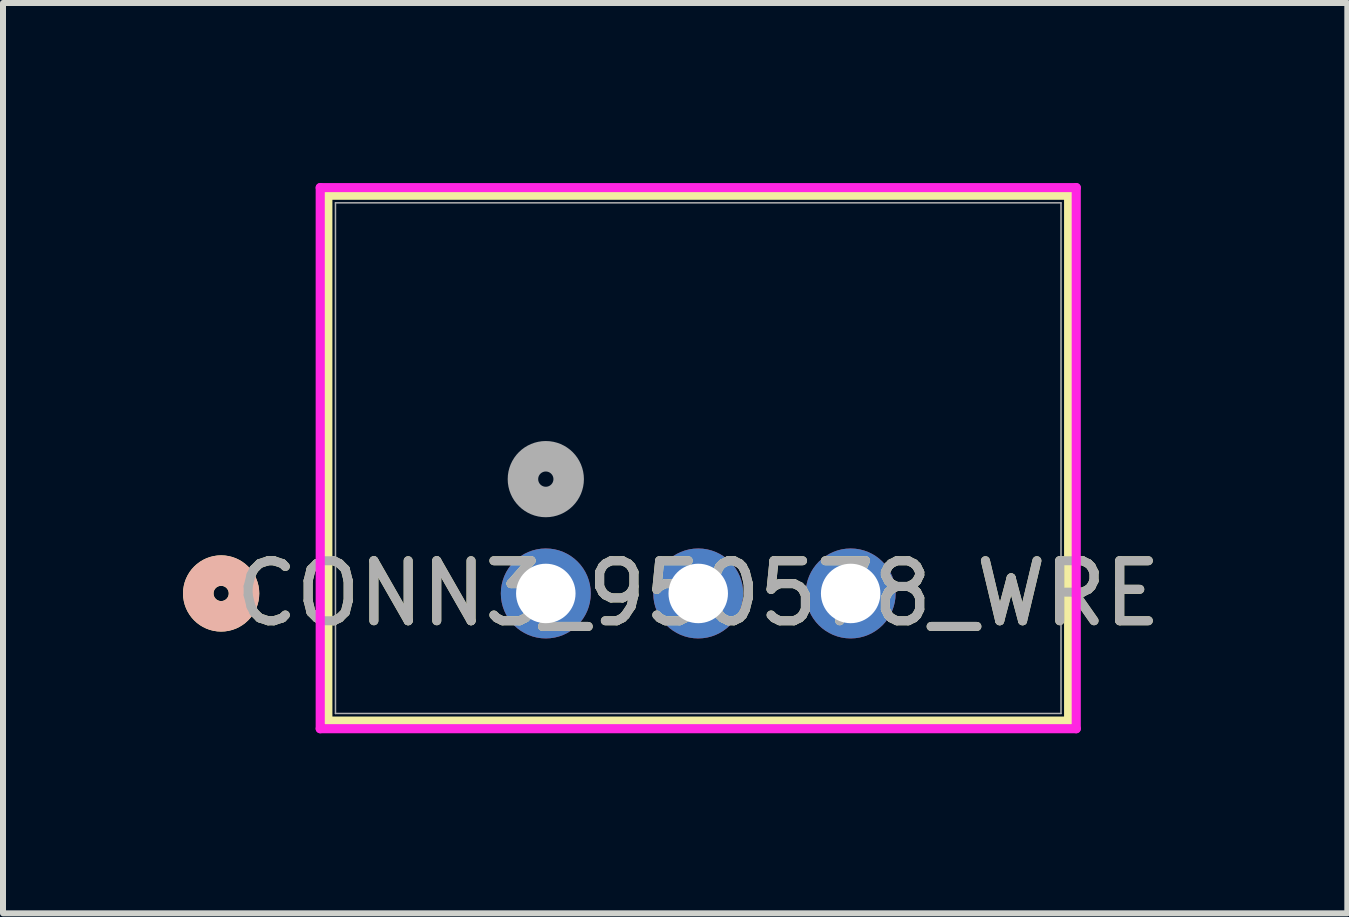
<source format=kicad_pcb>
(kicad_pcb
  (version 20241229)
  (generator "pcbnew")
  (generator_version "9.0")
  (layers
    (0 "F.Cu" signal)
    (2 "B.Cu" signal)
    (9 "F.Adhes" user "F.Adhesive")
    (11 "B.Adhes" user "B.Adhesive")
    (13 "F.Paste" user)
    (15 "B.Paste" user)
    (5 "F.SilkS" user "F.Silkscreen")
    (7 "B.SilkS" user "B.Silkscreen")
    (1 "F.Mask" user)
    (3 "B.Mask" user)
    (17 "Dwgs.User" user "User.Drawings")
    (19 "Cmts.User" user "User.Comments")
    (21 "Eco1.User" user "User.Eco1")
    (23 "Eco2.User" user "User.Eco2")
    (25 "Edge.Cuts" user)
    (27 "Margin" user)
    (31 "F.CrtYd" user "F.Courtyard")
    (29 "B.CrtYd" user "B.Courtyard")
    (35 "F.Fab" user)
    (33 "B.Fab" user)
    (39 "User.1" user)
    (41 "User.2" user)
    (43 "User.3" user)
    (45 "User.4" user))
  (footprint "CONN3_950578_WRE"
    (layer "F.Cu")
    (at 6.045 6.839)
    (property "Reference" "CONN3_950578_WRE" (at 2.54 0 0) (unlocked yes) (layer "F.SilkS") (effects (font (size 1 1) (thickness 0.15))))
    (attr through_hole)
    (fp_line (start -3.632 -6.636) (end -3.632 2.127) (stroke (width 0.152) (type solid)) (layer "F.SilkS"))
    (fp_line (start -3.632 2.127) (end 8.712 2.127) (stroke (width 0.152) (type solid)) (layer "F.SilkS"))
    (fp_line (start 8.712 -6.636) (end -3.632 -6.636) (stroke (width 0.152) (type solid)) (layer "F.SilkS"))
    (fp_line (start 8.712 2.127) (end 8.712 -6.636) (stroke (width 0.152) (type solid)) (layer "F.SilkS"))
    (fp_circle (center -5.41 0) (end -5.029 0) (stroke (width 0.508) (type solid)) (fill no) (layer "F.SilkS"))
    (fp_circle (center -5.41 0) (end -5.029 0) (stroke (width 0.508) (type solid)) (fill no) (layer "B.SilkS"))
    (fp_line (start -3.759 -6.763) (end -3.759 2.254) (stroke (width 0.152) (type solid)) (layer "F.CrtYd"))
    (fp_line (start -3.759 2.254) (end 8.839 2.254) (stroke (width 0.152) (type solid)) (layer "F.CrtYd"))
    (fp_line (start 8.839 -6.763) (end -3.759 -6.763) (stroke (width 0.152) (type solid)) (layer "F.CrtYd"))
    (fp_line (start 8.839 2.254) (end 8.839 -6.763) (stroke (width 0.152) (type solid)) (layer "F.CrtYd"))
    (fp_line (start -3.505 -6.509) (end -3.505 2) (stroke (width 0.025) (type solid)) (layer "F.Fab"))
    (fp_line (start -3.505 2) (end 8.585 2) (stroke (width 0.025) (type solid)) (layer "F.Fab"))
    (fp_line (start 8.585 -6.509) (end -3.505 -6.509) (stroke (width 0.025) (type solid)) (layer "F.Fab"))
    (fp_line (start 8.585 2) (end 8.585 -6.509) (stroke (width 0.025) (type solid)) (layer "F.Fab"))
    (fp_circle (center 0 -1.905) (end 0.381 -1.905) (stroke (width 0.508) (type solid)) (fill no) (layer "F.Fab"))
    (fp_text user "${REFERENCE}" (at 2.54 0 0) (unlocked yes) (layer "F.Fab") (effects (font (size 1 1) (thickness 0.15))))
    (pad "1" thru_hole circle (at 0 0) (size 1.499 1.499) (drill 0.991) (layers "*.Cu" "*.Mask"))
    (pad "2" thru_hole circle (at 2.54 0) (size 1.499 1.499) (drill 0.991) (layers "*.Cu" "*.Mask"))
    (pad "3" thru_hole circle (at 5.08 0) (size 1.499 1.499) (drill 0.991) (layers "*.Cu" "*.Mask")))
  (gr_rect
    (start -3 -3)
    (end 19.401 12.169)
    (stroke (width 0.1) (type default))
    (fill no)
    (layer "Edge.Cuts")))
</source>
